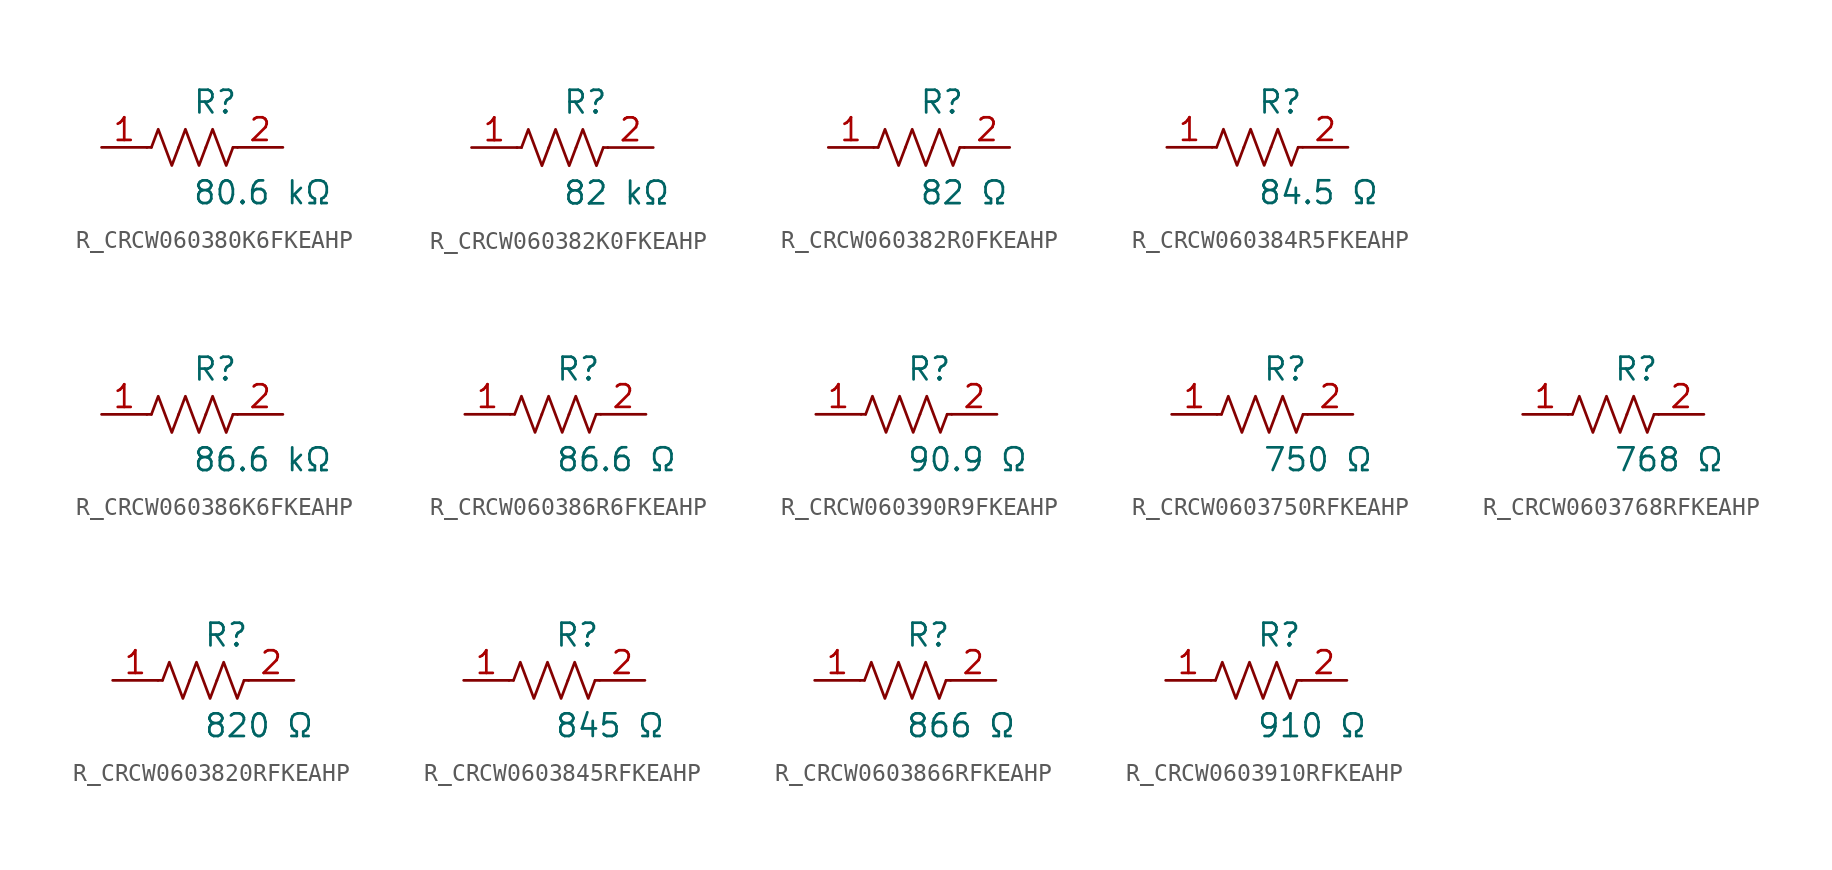
<source format=kicad_sym>
(kicad_symbol_lib
  (version 20231120)
  (generator kicad_symbol_editor)
  (generator_version 8.0)
  (symbol "R_CRCW060380K6FKEAHP"
    (pin_names
      (offset 0.254))
    (property "Reference" "R"
      (at 0.0 2.54 0)
      (effects (font (size 1.27 1.27)) (justify left)))
    (property "Value" "80.6 kΩ"
      (at 0.0 -2.54 0)
      (effects (font (size 1.27 1.27)) (justify left)))
    (symbol "R_CRCW060380K6FKEAHP_0_1"
      (polyline (pts (xy 2.286 0) (xy 2.54 0)) (stroke (width 0) (type default)) (fill (type none)))
      (polyline (pts (xy -2.286 0) (xy -2.54 0)) (stroke (width 0) (type default)) (fill (type none)))
      (polyline (pts (xy 0.762 0) (xy 1.143 1.016) (xy 1.524 0) (xy 1.905 -1.016) (xy 2.286 0)) (stroke (width 0) (type default)) (fill (type none)))
      (polyline (pts (xy -0.762 0) (xy -0.381 1.016) (xy 0 0) (xy 0.381 -1.016) (xy 0.762 0)) (stroke (width 0) (type default)) (fill (type none)))
      (polyline (pts (xy -2.286 0) (xy -1.905 1.016) (xy -1.524 0) (xy -1.143 -1.016) (xy -0.762 0)) (stroke (width 0) (type default)) (fill (type none))))
    (pin unspecified line
      (at -5.08 0 0)
      (length 2.54)
      (name "" (effects (font (size 1.27 1.27))))
      (number "1" (effects (font (size 1.27 1.27)))))
    (pin unspecified line
      (at 5.08 0 180)
      (length 2.54)
      (name "" (effects (font (size 1.27 1.27))))
      (number "2" (effects (font (size 1.27 1.27))))))
  (symbol "R_CRCW060382K0FKEAHP"
    (pin_names
      (offset 0.254))
    (property "Reference" "R"
      (at 0.0 2.54 0)
      (effects (font (size 1.27 1.27)) (justify left)))
    (property "Value" "82 kΩ"
      (at 0.0 -2.54 0)
      (effects (font (size 1.27 1.27)) (justify left)))
    (symbol "R_CRCW060382K0FKEAHP_0_1"
      (polyline (pts (xy 2.286 0) (xy 2.54 0)) (stroke (width 0) (type default)) (fill (type none)))
      (polyline (pts (xy -2.286 0) (xy -2.54 0)) (stroke (width 0) (type default)) (fill (type none)))
      (polyline (pts (xy 0.762 0) (xy 1.143 1.016) (xy 1.524 0) (xy 1.905 -1.016) (xy 2.286 0)) (stroke (width 0) (type default)) (fill (type none)))
      (polyline (pts (xy -0.762 0) (xy -0.381 1.016) (xy 0 0) (xy 0.381 -1.016) (xy 0.762 0)) (stroke (width 0) (type default)) (fill (type none)))
      (polyline (pts (xy -2.286 0) (xy -1.905 1.016) (xy -1.524 0) (xy -1.143 -1.016) (xy -0.762 0)) (stroke (width 0) (type default)) (fill (type none))))
    (pin unspecified line
      (at -5.08 0 0)
      (length 2.54)
      (name "" (effects (font (size 1.27 1.27))))
      (number "1" (effects (font (size 1.27 1.27)))))
    (pin unspecified line
      (at 5.08 0 180)
      (length 2.54)
      (name "" (effects (font (size 1.27 1.27))))
      (number "2" (effects (font (size 1.27 1.27))))))
  (symbol "R_CRCW060382R0FKEAHP"
    (pin_names
      (offset 0.254))
    (property "Reference" "R"
      (at 0.0 2.54 0)
      (effects (font (size 1.27 1.27)) (justify left)))
    (property "Value" "82 Ω"
      (at 0.0 -2.54 0)
      (effects (font (size 1.27 1.27)) (justify left)))
    (symbol "R_CRCW060382R0FKEAHP_0_1"
      (polyline (pts (xy 2.286 0) (xy 2.54 0)) (stroke (width 0) (type default)) (fill (type none)))
      (polyline (pts (xy -2.286 0) (xy -2.54 0)) (stroke (width 0) (type default)) (fill (type none)))
      (polyline (pts (xy 0.762 0) (xy 1.143 1.016) (xy 1.524 0) (xy 1.905 -1.016) (xy 2.286 0)) (stroke (width 0) (type default)) (fill (type none)))
      (polyline (pts (xy -0.762 0) (xy -0.381 1.016) (xy 0 0) (xy 0.381 -1.016) (xy 0.762 0)) (stroke (width 0) (type default)) (fill (type none)))
      (polyline (pts (xy -2.286 0) (xy -1.905 1.016) (xy -1.524 0) (xy -1.143 -1.016) (xy -0.762 0)) (stroke (width 0) (type default)) (fill (type none))))
    (pin unspecified line
      (at -5.08 0 0)
      (length 2.54)
      (name "" (effects (font (size 1.27 1.27))))
      (number "1" (effects (font (size 1.27 1.27)))))
    (pin unspecified line
      (at 5.08 0 180)
      (length 2.54)
      (name "" (effects (font (size 1.27 1.27))))
      (number "2" (effects (font (size 1.27 1.27))))))
  (symbol "R_CRCW060384R5FKEAHP"
    (pin_names
      (offset 0.254))
    (property "Reference" "R"
      (at 0.0 2.54 0)
      (effects (font (size 1.27 1.27)) (justify left)))
    (property "Value" "84.5 Ω"
      (at 0.0 -2.54 0)
      (effects (font (size 1.27 1.27)) (justify left)))
    (symbol "R_CRCW060384R5FKEAHP_0_1"
      (polyline (pts (xy 2.286 0) (xy 2.54 0)) (stroke (width 0) (type default)) (fill (type none)))
      (polyline (pts (xy -2.286 0) (xy -2.54 0)) (stroke (width 0) (type default)) (fill (type none)))
      (polyline (pts (xy 0.762 0) (xy 1.143 1.016) (xy 1.524 0) (xy 1.905 -1.016) (xy 2.286 0)) (stroke (width 0) (type default)) (fill (type none)))
      (polyline (pts (xy -0.762 0) (xy -0.381 1.016) (xy 0 0) (xy 0.381 -1.016) (xy 0.762 0)) (stroke (width 0) (type default)) (fill (type none)))
      (polyline (pts (xy -2.286 0) (xy -1.905 1.016) (xy -1.524 0) (xy -1.143 -1.016) (xy -0.762 0)) (stroke (width 0) (type default)) (fill (type none))))
    (pin unspecified line
      (at -5.08 0 0)
      (length 2.54)
      (name "" (effects (font (size 1.27 1.27))))
      (number "1" (effects (font (size 1.27 1.27)))))
    (pin unspecified line
      (at 5.08 0 180)
      (length 2.54)
      (name "" (effects (font (size 1.27 1.27))))
      (number "2" (effects (font (size 1.27 1.27))))))
  (symbol "R_CRCW060386K6FKEAHP"
    (pin_names
      (offset 0.254))
    (property "Reference" "R"
      (at 0.0 2.54 0)
      (effects (font (size 1.27 1.27)) (justify left)))
    (property "Value" "86.6 kΩ"
      (at 0.0 -2.54 0)
      (effects (font (size 1.27 1.27)) (justify left)))
    (symbol "R_CRCW060386K6FKEAHP_0_1"
      (polyline (pts (xy 2.286 0) (xy 2.54 0)) (stroke (width 0) (type default)) (fill (type none)))
      (polyline (pts (xy -2.286 0) (xy -2.54 0)) (stroke (width 0) (type default)) (fill (type none)))
      (polyline (pts (xy 0.762 0) (xy 1.143 1.016) (xy 1.524 0) (xy 1.905 -1.016) (xy 2.286 0)) (stroke (width 0) (type default)) (fill (type none)))
      (polyline (pts (xy -0.762 0) (xy -0.381 1.016) (xy 0 0) (xy 0.381 -1.016) (xy 0.762 0)) (stroke (width 0) (type default)) (fill (type none)))
      (polyline (pts (xy -2.286 0) (xy -1.905 1.016) (xy -1.524 0) (xy -1.143 -1.016) (xy -0.762 0)) (stroke (width 0) (type default)) (fill (type none))))
    (pin unspecified line
      (at -5.08 0 0)
      (length 2.54)
      (name "" (effects (font (size 1.27 1.27))))
      (number "1" (effects (font (size 1.27 1.27)))))
    (pin unspecified line
      (at 5.08 0 180)
      (length 2.54)
      (name "" (effects (font (size 1.27 1.27))))
      (number "2" (effects (font (size 1.27 1.27))))))
  (symbol "R_CRCW060386R6FKEAHP"
    (pin_names
      (offset 0.254))
    (property "Reference" "R"
      (at 0.0 2.54 0)
      (effects (font (size 1.27 1.27)) (justify left)))
    (property "Value" "86.6 Ω"
      (at 0.0 -2.54 0)
      (effects (font (size 1.27 1.27)) (justify left)))
    (symbol "R_CRCW060386R6FKEAHP_0_1"
      (polyline (pts (xy 2.286 0) (xy 2.54 0)) (stroke (width 0) (type default)) (fill (type none)))
      (polyline (pts (xy -2.286 0) (xy -2.54 0)) (stroke (width 0) (type default)) (fill (type none)))
      (polyline (pts (xy 0.762 0) (xy 1.143 1.016) (xy 1.524 0) (xy 1.905 -1.016) (xy 2.286 0)) (stroke (width 0) (type default)) (fill (type none)))
      (polyline (pts (xy -0.762 0) (xy -0.381 1.016) (xy 0 0) (xy 0.381 -1.016) (xy 0.762 0)) (stroke (width 0) (type default)) (fill (type none)))
      (polyline (pts (xy -2.286 0) (xy -1.905 1.016) (xy -1.524 0) (xy -1.143 -1.016) (xy -0.762 0)) (stroke (width 0) (type default)) (fill (type none))))
    (pin unspecified line
      (at -5.08 0 0)
      (length 2.54)
      (name "" (effects (font (size 1.27 1.27))))
      (number "1" (effects (font (size 1.27 1.27)))))
    (pin unspecified line
      (at 5.08 0 180)
      (length 2.54)
      (name "" (effects (font (size 1.27 1.27))))
      (number "2" (effects (font (size 1.27 1.27))))))
  (symbol "R_CRCW060390R9FKEAHP"
    (pin_names
      (offset 0.254))
    (property "Reference" "R"
      (at 0.0 2.54 0)
      (effects (font (size 1.27 1.27)) (justify left)))
    (property "Value" "90.9 Ω"
      (at 0.0 -2.54 0)
      (effects (font (size 1.27 1.27)) (justify left)))
    (symbol "R_CRCW060390R9FKEAHP_0_1"
      (polyline (pts (xy 2.286 0) (xy 2.54 0)) (stroke (width 0) (type default)) (fill (type none)))
      (polyline (pts (xy -2.286 0) (xy -2.54 0)) (stroke (width 0) (type default)) (fill (type none)))
      (polyline (pts (xy 0.762 0) (xy 1.143 1.016) (xy 1.524 0) (xy 1.905 -1.016) (xy 2.286 0)) (stroke (width 0) (type default)) (fill (type none)))
      (polyline (pts (xy -0.762 0) (xy -0.381 1.016) (xy 0 0) (xy 0.381 -1.016) (xy 0.762 0)) (stroke (width 0) (type default)) (fill (type none)))
      (polyline (pts (xy -2.286 0) (xy -1.905 1.016) (xy -1.524 0) (xy -1.143 -1.016) (xy -0.762 0)) (stroke (width 0) (type default)) (fill (type none))))
    (pin unspecified line
      (at -5.08 0 0)
      (length 2.54)
      (name "" (effects (font (size 1.27 1.27))))
      (number "1" (effects (font (size 1.27 1.27)))))
    (pin unspecified line
      (at 5.08 0 180)
      (length 2.54)
      (name "" (effects (font (size 1.27 1.27))))
      (number "2" (effects (font (size 1.27 1.27))))))
  (symbol "R_CRCW0603750RFKEAHP"
    (pin_names
      (offset 0.254))
    (property "Reference" "R"
      (at 0.0 2.54 0)
      (effects (font (size 1.27 1.27)) (justify left)))
    (property "Value" "750 Ω"
      (at 0.0 -2.54 0)
      (effects (font (size 1.27 1.27)) (justify left)))
    (symbol "R_CRCW0603750RFKEAHP_0_1"
      (polyline (pts (xy 2.286 0) (xy 2.54 0)) (stroke (width 0) (type default)) (fill (type none)))
      (polyline (pts (xy -2.286 0) (xy -2.54 0)) (stroke (width 0) (type default)) (fill (type none)))
      (polyline (pts (xy 0.762 0) (xy 1.143 1.016) (xy 1.524 0) (xy 1.905 -1.016) (xy 2.286 0)) (stroke (width 0) (type default)) (fill (type none)))
      (polyline (pts (xy -0.762 0) (xy -0.381 1.016) (xy 0 0) (xy 0.381 -1.016) (xy 0.762 0)) (stroke (width 0) (type default)) (fill (type none)))
      (polyline (pts (xy -2.286 0) (xy -1.905 1.016) (xy -1.524 0) (xy -1.143 -1.016) (xy -0.762 0)) (stroke (width 0) (type default)) (fill (type none))))
    (pin unspecified line
      (at -5.08 0 0)
      (length 2.54)
      (name "" (effects (font (size 1.27 1.27))))
      (number "1" (effects (font (size 1.27 1.27)))))
    (pin unspecified line
      (at 5.08 0 180)
      (length 2.54)
      (name "" (effects (font (size 1.27 1.27))))
      (number "2" (effects (font (size 1.27 1.27))))))
  (symbol "R_CRCW0603768RFKEAHP"
    (pin_names
      (offset 0.254))
    (property "Reference" "R"
      (at 0.0 2.54 0)
      (effects (font (size 1.27 1.27)) (justify left)))
    (property "Value" "768 Ω"
      (at 0.0 -2.54 0)
      (effects (font (size 1.27 1.27)) (justify left)))
    (symbol "R_CRCW0603768RFKEAHP_0_1"
      (polyline (pts (xy 2.286 0) (xy 2.54 0)) (stroke (width 0) (type default)) (fill (type none)))
      (polyline (pts (xy -2.286 0) (xy -2.54 0)) (stroke (width 0) (type default)) (fill (type none)))
      (polyline (pts (xy 0.762 0) (xy 1.143 1.016) (xy 1.524 0) (xy 1.905 -1.016) (xy 2.286 0)) (stroke (width 0) (type default)) (fill (type none)))
      (polyline (pts (xy -0.762 0) (xy -0.381 1.016) (xy 0 0) (xy 0.381 -1.016) (xy 0.762 0)) (stroke (width 0) (type default)) (fill (type none)))
      (polyline (pts (xy -2.286 0) (xy -1.905 1.016) (xy -1.524 0) (xy -1.143 -1.016) (xy -0.762 0)) (stroke (width 0) (type default)) (fill (type none))))
    (pin unspecified line
      (at -5.08 0 0)
      (length 2.54)
      (name "" (effects (font (size 1.27 1.27))))
      (number "1" (effects (font (size 1.27 1.27)))))
    (pin unspecified line
      (at 5.08 0 180)
      (length 2.54)
      (name "" (effects (font (size 1.27 1.27))))
      (number "2" (effects (font (size 1.27 1.27))))))
  (symbol "R_CRCW0603820RFKEAHP"
    (pin_names
      (offset 0.254))
    (property "Reference" "R"
      (at 0.0 2.54 0)
      (effects (font (size 1.27 1.27)) (justify left)))
    (property "Value" "820 Ω"
      (at 0.0 -2.54 0)
      (effects (font (size 1.27 1.27)) (justify left)))
    (symbol "R_CRCW0603820RFKEAHP_0_1"
      (polyline (pts (xy 2.286 0) (xy 2.54 0)) (stroke (width 0) (type default)) (fill (type none)))
      (polyline (pts (xy -2.286 0) (xy -2.54 0)) (stroke (width 0) (type default)) (fill (type none)))
      (polyline (pts (xy 0.762 0) (xy 1.143 1.016) (xy 1.524 0) (xy 1.905 -1.016) (xy 2.286 0)) (stroke (width 0) (type default)) (fill (type none)))
      (polyline (pts (xy -0.762 0) (xy -0.381 1.016) (xy 0 0) (xy 0.381 -1.016) (xy 0.762 0)) (stroke (width 0) (type default)) (fill (type none)))
      (polyline (pts (xy -2.286 0) (xy -1.905 1.016) (xy -1.524 0) (xy -1.143 -1.016) (xy -0.762 0)) (stroke (width 0) (type default)) (fill (type none))))
    (pin unspecified line
      (at -5.08 0 0)
      (length 2.54)
      (name "" (effects (font (size 1.27 1.27))))
      (number "1" (effects (font (size 1.27 1.27)))))
    (pin unspecified line
      (at 5.08 0 180)
      (length 2.54)
      (name "" (effects (font (size 1.27 1.27))))
      (number "2" (effects (font (size 1.27 1.27))))))
  (symbol "R_CRCW0603845RFKEAHP"
    (pin_names
      (offset 0.254))
    (property "Reference" "R"
      (at 0.0 2.54 0)
      (effects (font (size 1.27 1.27)) (justify left)))
    (property "Value" "845 Ω"
      (at 0.0 -2.54 0)
      (effects (font (size 1.27 1.27)) (justify left)))
    (symbol "R_CRCW0603845RFKEAHP_0_1"
      (polyline (pts (xy 2.286 0) (xy 2.54 0)) (stroke (width 0) (type default)) (fill (type none)))
      (polyline (pts (xy -2.286 0) (xy -2.54 0)) (stroke (width 0) (type default)) (fill (type none)))
      (polyline (pts (xy 0.762 0) (xy 1.143 1.016) (xy 1.524 0) (xy 1.905 -1.016) (xy 2.286 0)) (stroke (width 0) (type default)) (fill (type none)))
      (polyline (pts (xy -0.762 0) (xy -0.381 1.016) (xy 0 0) (xy 0.381 -1.016) (xy 0.762 0)) (stroke (width 0) (type default)) (fill (type none)))
      (polyline (pts (xy -2.286 0) (xy -1.905 1.016) (xy -1.524 0) (xy -1.143 -1.016) (xy -0.762 0)) (stroke (width 0) (type default)) (fill (type none))))
    (pin unspecified line
      (at -5.08 0 0)
      (length 2.54)
      (name "" (effects (font (size 1.27 1.27))))
      (number "1" (effects (font (size 1.27 1.27)))))
    (pin unspecified line
      (at 5.08 0 180)
      (length 2.54)
      (name "" (effects (font (size 1.27 1.27))))
      (number "2" (effects (font (size 1.27 1.27))))))
  (symbol "R_CRCW0603866RFKEAHP"
    (pin_names
      (offset 0.254))
    (property "Reference" "R"
      (at 0.0 2.54 0)
      (effects (font (size 1.27 1.27)) (justify left)))
    (property "Value" "866 Ω"
      (at 0.0 -2.54 0)
      (effects (font (size 1.27 1.27)) (justify left)))
    (symbol "R_CRCW0603866RFKEAHP_0_1"
      (polyline (pts (xy 2.286 0) (xy 2.54 0)) (stroke (width 0) (type default)) (fill (type none)))
      (polyline (pts (xy -2.286 0) (xy -2.54 0)) (stroke (width 0) (type default)) (fill (type none)))
      (polyline (pts (xy 0.762 0) (xy 1.143 1.016) (xy 1.524 0) (xy 1.905 -1.016) (xy 2.286 0)) (stroke (width 0) (type default)) (fill (type none)))
      (polyline (pts (xy -0.762 0) (xy -0.381 1.016) (xy 0 0) (xy 0.381 -1.016) (xy 0.762 0)) (stroke (width 0) (type default)) (fill (type none)))
      (polyline (pts (xy -2.286 0) (xy -1.905 1.016) (xy -1.524 0) (xy -1.143 -1.016) (xy -0.762 0)) (stroke (width 0) (type default)) (fill (type none))))
    (pin unspecified line
      (at -5.08 0 0)
      (length 2.54)
      (name "" (effects (font (size 1.27 1.27))))
      (number "1" (effects (font (size 1.27 1.27)))))
    (pin unspecified line
      (at 5.08 0 180)
      (length 2.54)
      (name "" (effects (font (size 1.27 1.27))))
      (number "2" (effects (font (size 1.27 1.27))))))
  (symbol "R_CRCW0603910RFKEAHP"
    (pin_names
      (offset 0.254))
    (property "Reference" "R"
      (at 0.0 2.54 0)
      (effects (font (size 1.27 1.27)) (justify left)))
    (property "Value" "910 Ω"
      (at 0.0 -2.54 0)
      (effects (font (size 1.27 1.27)) (justify left)))
    (symbol "R_CRCW0603910RFKEAHP_0_1"
      (polyline (pts (xy 2.286 0) (xy 2.54 0)) (stroke (width 0) (type default)) (fill (type none)))
      (polyline (pts (xy -2.286 0) (xy -2.54 0)) (stroke (width 0) (type default)) (fill (type none)))
      (polyline (pts (xy 0.762 0) (xy 1.143 1.016) (xy 1.524 0) (xy 1.905 -1.016) (xy 2.286 0)) (stroke (width 0) (type default)) (fill (type none)))
      (polyline (pts (xy -0.762 0) (xy -0.381 1.016) (xy 0 0) (xy 0.381 -1.016) (xy 0.762 0)) (stroke (width 0) (type default)) (fill (type none)))
      (polyline (pts (xy -2.286 0) (xy -1.905 1.016) (xy -1.524 0) (xy -1.143 -1.016) (xy -0.762 0)) (stroke (width 0) (type default)) (fill (type none))))
    (pin unspecified line
      (at -5.08 0 0)
      (length 2.54)
      (name "" (effects (font (size 1.27 1.27))))
      (number "1" (effects (font (size 1.27 1.27)))))
    (pin unspecified line
      (at 5.08 0 180)
      (length 2.54)
      (name "" (effects (font (size 1.27 1.27))))
      (number "2" (effects (font (size 1.27 1.27)))))))
</source>
